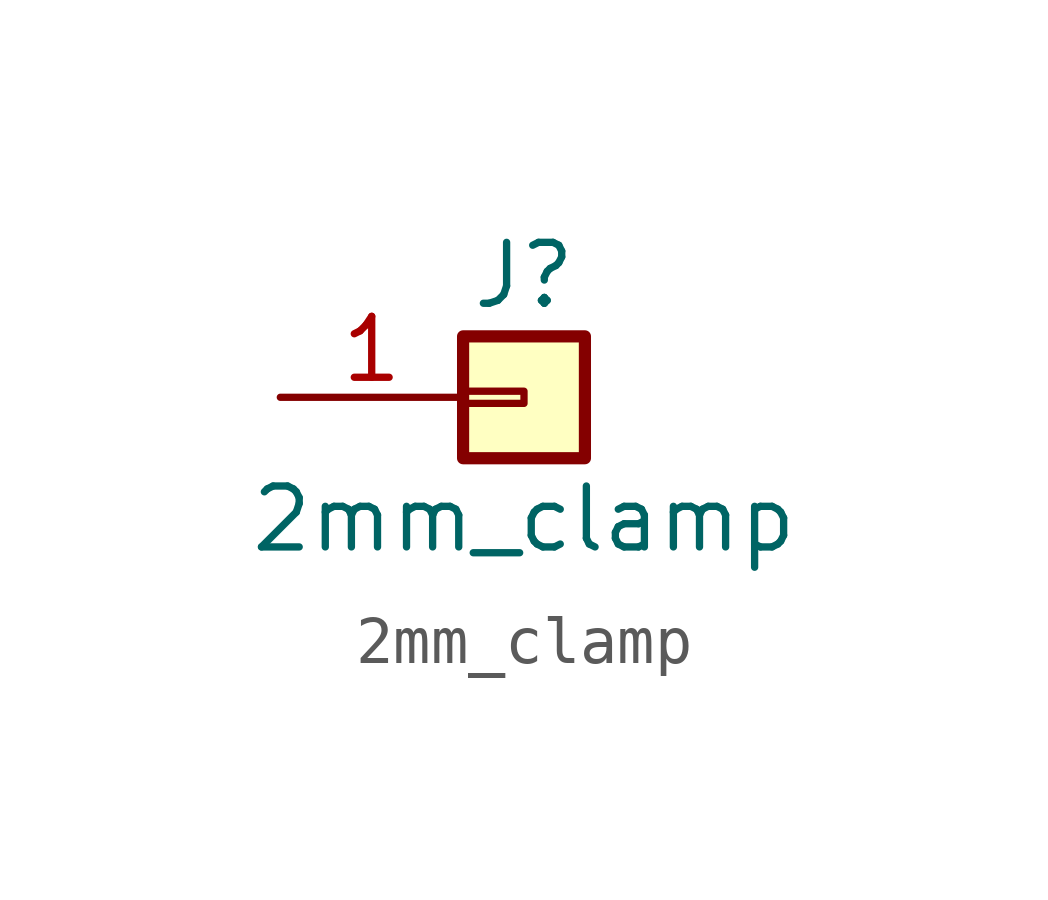
<source format=kicad_sym>
(kicad_symbol_lib
  (version 20220914)
  (generator kicad_symbol_editor)
  (symbol "2mm_clamp"
    (pin_names
      (offset 1.016) hide)
    (property "Reference" "J"
      (at 0 2.54 0)
      (effects (font (size 1.27 1.27))))
    (property "Value" "2mm_clamp"
      (at 0 -2.54 0)
      (effects (font (size 1.27 1.27))))
    (symbol "2mm_clamp_1_1"
      (rectangle (start -1.27 0.127) (end 0 -0.127) (stroke (width 0.152) (type default)) (fill (type none)))
      (rectangle (start -1.27 1.27) (end 1.27 -1.27) (stroke (width 0.254) (type default)) (fill (type background)))
      (pin passive line (at -5.08 0 0) (length 3.81) (name "Pin_1" (effects (font (size 1.27 1.27)))) (number "1" (effects (font (size 1.27 1.27))))))))
</source>
